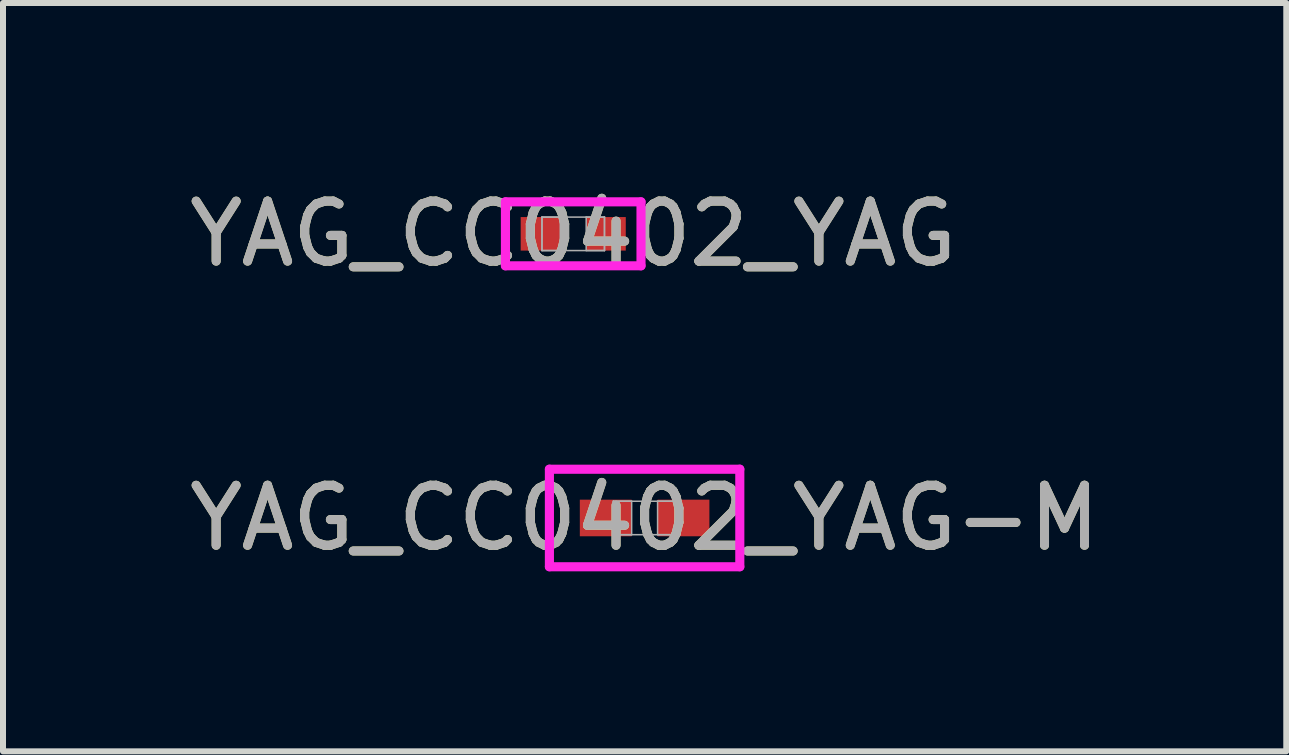
<source format=kicad_pcb>
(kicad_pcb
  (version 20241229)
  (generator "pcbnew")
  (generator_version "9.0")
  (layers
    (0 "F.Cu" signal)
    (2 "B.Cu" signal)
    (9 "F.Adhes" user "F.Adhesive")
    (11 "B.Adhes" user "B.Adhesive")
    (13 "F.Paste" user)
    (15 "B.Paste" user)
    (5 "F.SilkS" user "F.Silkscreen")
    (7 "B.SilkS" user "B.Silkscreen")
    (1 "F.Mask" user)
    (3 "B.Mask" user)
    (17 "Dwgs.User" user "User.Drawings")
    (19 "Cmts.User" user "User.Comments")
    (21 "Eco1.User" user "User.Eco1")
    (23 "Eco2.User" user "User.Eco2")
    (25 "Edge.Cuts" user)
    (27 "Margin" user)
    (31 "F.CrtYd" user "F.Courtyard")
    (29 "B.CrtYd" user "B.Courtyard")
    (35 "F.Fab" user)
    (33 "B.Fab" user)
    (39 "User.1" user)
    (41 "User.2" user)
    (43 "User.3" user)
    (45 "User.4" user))
  (footprint "YAG_CC0402_YAG"
    (layer "F.Cu")
    (at 6.506 0.848)
    (property "Reference" "YAG_CC0402_YAG" (at 0 0 0) (unlocked yes) (layer "F.SilkS") (effects (font (size 1 1) (thickness 0.15))))
    (attr smd)
    (fp_line (start -1.13 -0.533) (end 1.13 -0.533) (stroke (width 0.152) (type solid)) (layer "F.CrtYd"))
    (fp_line (start -1.13 0.533) (end -1.13 -0.533) (stroke (width 0.152) (type solid)) (layer "F.CrtYd"))
    (fp_line (start 1.13 -0.533) (end 1.13 0.533) (stroke (width 0.152) (type solid)) (layer "F.CrtYd"))
    (fp_line (start 1.13 0.533) (end -1.13 0.533) (stroke (width 0.152) (type solid)) (layer "F.CrtYd"))
    (fp_line (start -0.521 -0.279) (end -0.521 0.279) (stroke (width 0.025) (type solid)) (layer "F.Fab"))
    (fp_line (start -0.521 -0.279) (end -0.521 0.279) (stroke (width 0.025) (type solid)) (layer "F.Fab"))
    (fp_line (start -0.521 0.279) (end -0.216 0.279) (stroke (width 0.025) (type solid)) (layer "F.Fab"))
    (fp_line (start -0.521 0.279) (end 0.521 0.279) (stroke (width 0.025) (type solid)) (layer "F.Fab"))
    (fp_line (start -0.216 -0.279) (end -0.521 -0.279) (stroke (width 0.025) (type solid)) (layer "F.Fab"))
    (fp_line (start -0.216 0.279) (end -0.216 -0.279) (stroke (width 0.025) (type solid)) (layer "F.Fab"))
    (fp_line (start 0.216 -0.279) (end 0.216 0.279) (stroke (width 0.025) (type solid)) (layer "F.Fab"))
    (fp_line (start 0.216 0.279) (end 0.521 0.279) (stroke (width 0.025) (type solid)) (layer "F.Fab"))
    (fp_line (start 0.521 -0.279) (end -0.521 -0.279) (stroke (width 0.025) (type solid)) (layer "F.Fab"))
    (fp_line (start 0.521 -0.279) (end 0.216 -0.279) (stroke (width 0.025) (type solid)) (layer "F.Fab"))
    (fp_line (start 0.521 0.279) (end 0.521 -0.279) (stroke (width 0.025) (type solid)) (layer "F.Fab"))
    (fp_line (start 0.521 0.279) (end 0.521 -0.279) (stroke (width 0.025) (type solid)) (layer "F.Fab"))
    (fp_text user "${REFERENCE}" (at 0 0 0) (unlocked yes) (layer "F.Fab") (effects (font (size 1 1) (thickness 0.15))))
    (pad "1" smd rect (at -0.546 0) (size 0.66 0.559) (layers "F.Cu" "F.Mask" "F.Paste"))
    (pad "2" smd rect (at 0.546 0) (size 0.66 0.559) (layers "F.Cu" "F.Mask" "F.Paste"))
    (zone (net_name "") (layer "F.Cu") (hatch full 0.508) (connect_pads) (min_thickness 0.254) (filled_areas_thickness no) (keepout (tracks not_allowed) (vias not_allowed) (pads allowed) (copperpour not_allowed) (footprints allowed)) (placement (enabled no)) (fill) (polygon (pts (xy 6.341 0.62) (xy 6.671 0.62) (xy 6.671 1.077) (xy 6.341 1.077)))))
  (footprint "YAG_CC0402_YAG-M"
    (layer "F.Cu")
    (at 7.696 5.585)
    (property "Reference" "YAG_CC0402_YAG-M" (at 0 0 0) (unlocked yes) (layer "F.SilkS") (effects (font (size 1 1) (thickness 0.15))))
    (attr smd)
    (fp_line (start -1.587 -0.813) (end 1.587 -0.813) (stroke (width 0.152) (type solid)) (layer "F.CrtYd"))
    (fp_line (start -1.587 0.813) (end -1.587 -0.813) (stroke (width 0.152) (type solid)) (layer "F.CrtYd"))
    (fp_line (start 1.587 -0.813) (end 1.587 0.813) (stroke (width 0.152) (type solid)) (layer "F.CrtYd"))
    (fp_line (start 1.587 0.813) (end -1.587 0.813) (stroke (width 0.152) (type solid)) (layer "F.CrtYd"))
    (fp_line (start -0.521 -0.279) (end -0.521 0.279) (stroke (width 0.025) (type solid)) (layer "F.Fab"))
    (fp_line (start -0.521 -0.279) (end -0.521 0.279) (stroke (width 0.025) (type solid)) (layer "F.Fab"))
    (fp_line (start -0.521 0.279) (end -0.216 0.279) (stroke (width 0.025) (type solid)) (layer "F.Fab"))
    (fp_line (start -0.521 0.279) (end 0.521 0.279) (stroke (width 0.025) (type solid)) (layer "F.Fab"))
    (fp_line (start -0.216 -0.279) (end -0.521 -0.279) (stroke (width 0.025) (type solid)) (layer "F.Fab"))
    (fp_line (start -0.216 0.279) (end -0.216 -0.279) (stroke (width 0.025) (type solid)) (layer "F.Fab"))
    (fp_line (start 0.216 -0.279) (end 0.216 0.279) (stroke (width 0.025) (type solid)) (layer "F.Fab"))
    (fp_line (start 0.216 0.279) (end 0.521 0.279) (stroke (width 0.025) (type solid)) (layer "F.Fab"))
    (fp_line (start 0.521 -0.279) (end -0.521 -0.279) (stroke (width 0.025) (type solid)) (layer "F.Fab"))
    (fp_line (start 0.521 -0.279) (end 0.216 -0.279) (stroke (width 0.025) (type solid)) (layer "F.Fab"))
    (fp_line (start 0.521 0.279) (end 0.521 -0.279) (stroke (width 0.025) (type solid)) (layer "F.Fab"))
    (fp_line (start 0.521 0.279) (end 0.521 -0.279) (stroke (width 0.025) (type solid)) (layer "F.Fab"))
    (fp_text user "${REFERENCE}" (at 0 0 0) (unlocked yes) (layer "F.Fab") (effects (font (size 1 1) (thickness 0.15))))
    (pad "1" smd rect (at -0.648 0) (size 0.864 0.61) (layers "F.Cu" "F.Mask" "F.Paste"))
    (pad "2" smd rect (at 0.648 0) (size 0.864 0.61) (layers "F.Cu" "F.Mask" "F.Paste"))
    (zone (net_name "") (layer "F.Cu") (hatch full 0.508) (connect_pads) (min_thickness 0.254) (filled_areas_thickness no) (keepout (tracks not_allowed) (vias not_allowed) (pads allowed) (copperpour not_allowed) (footprints allowed)) (placement (enabled no)) (fill) (polygon (pts (xy 7.531 5.357) (xy 7.862 5.357) (xy 7.862 5.814) (xy 7.531 5.814)))))
  (gr_rect
    (start -3 -3)
    (end 18.393 9.475)
    (stroke (width 0.1) (type default))
    (fill no)
    (layer "Edge.Cuts")))
</source>
